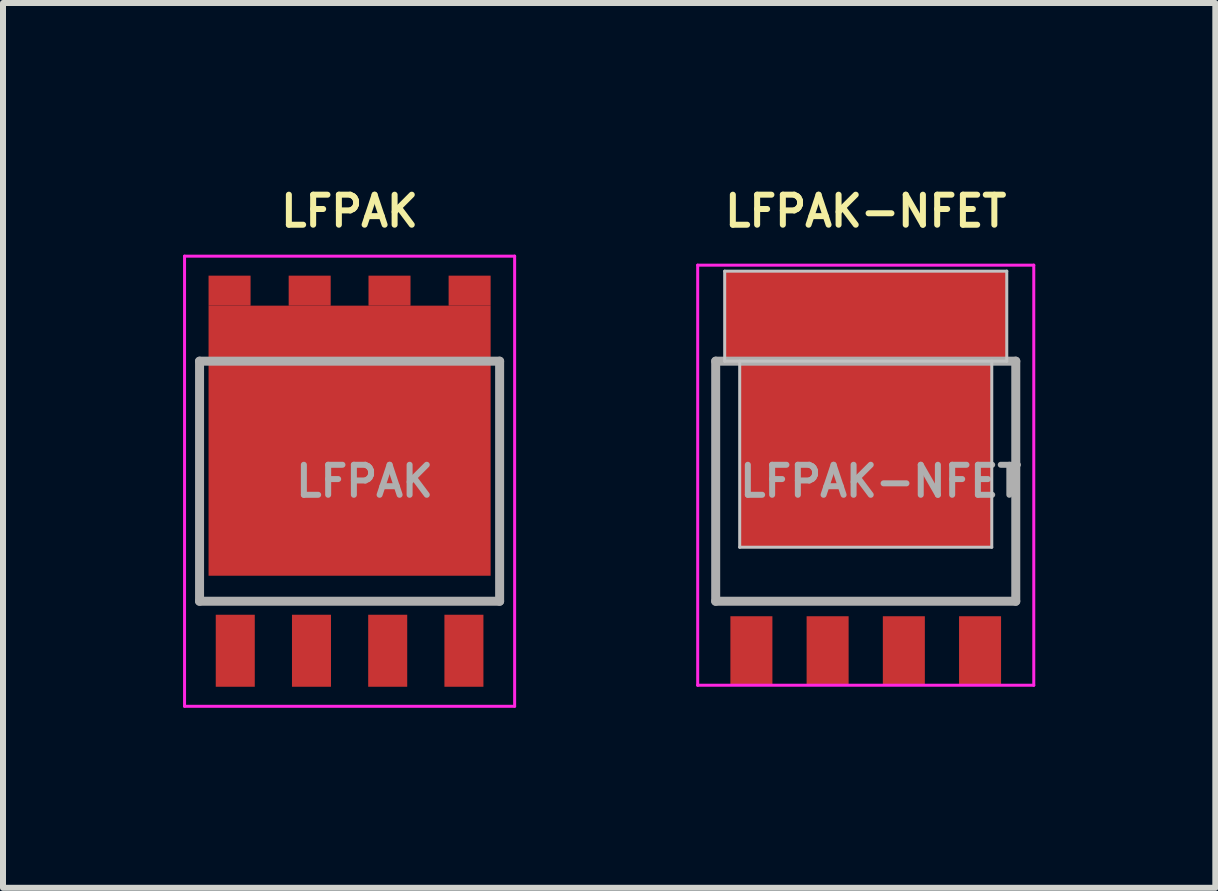
<source format=kicad_pcb>
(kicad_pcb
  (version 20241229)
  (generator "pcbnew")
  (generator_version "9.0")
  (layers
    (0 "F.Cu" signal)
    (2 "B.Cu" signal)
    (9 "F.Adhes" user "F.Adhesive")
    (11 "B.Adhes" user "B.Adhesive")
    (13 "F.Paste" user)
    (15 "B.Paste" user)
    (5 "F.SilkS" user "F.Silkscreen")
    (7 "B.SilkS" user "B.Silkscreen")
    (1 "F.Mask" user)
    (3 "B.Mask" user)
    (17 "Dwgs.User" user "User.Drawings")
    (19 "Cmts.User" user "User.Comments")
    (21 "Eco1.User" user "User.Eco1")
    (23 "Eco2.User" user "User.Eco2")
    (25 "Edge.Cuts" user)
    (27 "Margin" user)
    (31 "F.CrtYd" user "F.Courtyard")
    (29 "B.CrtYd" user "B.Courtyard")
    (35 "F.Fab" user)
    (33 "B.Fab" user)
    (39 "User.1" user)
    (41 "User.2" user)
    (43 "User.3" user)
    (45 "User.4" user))
  (footprint "LFPAK-NFET"
    (layer "F.Cu")
    (at 11.375 4.968)
    (property "Reference" "LFPAK-NFET" (at 0 -4.5 0) (layer "F.SilkS") (effects (font (size 0.5 0.5) (thickness 0.1))))
    (attr smd)
    (fp_line (start -2.35 -3.5) (end -2.35 -2) (stroke (width 0.05) (type solid)) (layer "Dwgs.User"))
    (fp_line (start -2.35 -2) (end 2.35 -2) (stroke (width 0.05) (type solid)) (layer "Dwgs.User"))
    (fp_line (start -2.1 -2) (end -2.1 1.1) (stroke (width 0.05) (type solid)) (layer "Dwgs.User"))
    (fp_line (start -2.1 1.1) (end 2.1 1.1) (stroke (width 0.05) (type solid)) (layer "Dwgs.User"))
    (fp_line (start 2.1 -2) (end 2.1 1.1) (stroke (width 0.05) (type solid)) (layer "Dwgs.User"))
    (fp_line (start 2.35 -3.5) (end -2.35 -3.5) (stroke (width 0.05) (type solid)) (layer "Dwgs.User"))
    (fp_line (start 2.35 -2) (end 2.35 -3.5) (stroke (width 0.05) (type solid)) (layer "Dwgs.User"))
    (fp_line (start -2.8 3.4) (end -2.8 -3.6) (stroke (width 0.05) (type solid)) (layer "F.CrtYd"))
    (fp_line (start 2.8 -3.6) (end -2.8 -3.6) (stroke (width 0.05) (type solid)) (layer "F.CrtYd"))
    (fp_line (start 2.8 -3.6) (end 2.8 3.4) (stroke (width 0.05) (type solid)) (layer "F.CrtYd"))
    (fp_line (start 2.8 3.4) (end -2.8 3.4) (stroke (width 0.05) (type solid)) (layer "F.CrtYd"))
    (fp_line (start -2.5 -2) (end -2.5 2) (stroke (width 0.15) (type solid)) (layer "F.Fab"))
    (fp_line (start -2.5 2) (end 2.5 2) (stroke (width 0.15) (type solid)) (layer "F.Fab"))
    (fp_line (start 2.5 -2) (end -2.5 -2) (stroke (width 0.15) (type solid)) (layer "F.Fab"))
    (fp_line (start 2.5 2) (end 2.5 -2) (stroke (width 0.15) (type solid)) (layer "F.Fab"))
    (fp_text user "${REFERENCE}" (at 0.25 0 0) (layer "F.Fab") (effects (font (size 0.5 0.5) (thickness 0.1))))
    (pad "D" smd rect (at -1.905 -2.95) (size 0.6 0.95) (layers "F.Cu" "F.Mask" "F.Paste"))
    (pad "D" smd rect (at -0.635 -2.9) (size 0.6 0.95) (layers "F.Cu" "F.Mask" "F.Paste"))
    (pad "D" smd rect (at 0 -2.75) (size 4.7 1.5) (layers "F.Cu" "F.Mask"))
    (pad "D" smd rect (at 0 -0.45) (size 4.2 3.1) (layers "F.Cu" "F.Mask" "F.Paste"))
    (pad "D" smd rect (at 0.635 -2.95) (size 0.6 0.95) (layers "F.Cu" "F.Mask" "F.Paste"))
    (pad "D" smd rect (at 1.905 -2.95) (size 0.6 0.95) (layers "F.Cu" "F.Mask" "F.Paste"))
    (pad "G" smd rect (at 1.905 2.825) (size 0.7 1.15) (layers "F.Cu" "F.Mask" "F.Paste"))
    (pad "S" smd rect (at -1.905 2.825) (size 0.7 1.15) (layers "F.Cu" "F.Mask" "F.Paste"))
    (pad "S" smd rect (at -0.635 2.825) (size 0.7 1.15) (layers "F.Cu" "F.Mask" "F.Paste"))
    (pad "S" smd rect (at 0.635 2.825) (size 0.7 1.15) (layers "F.Cu" "F.Mask" "F.Paste")))
  (footprint "LFPAK"
    (layer "F.Cu")
    (at 2.775 4.968)
    (property "Reference" "LFPAK" (at 0 -4.5 0) (layer "F.SilkS") (effects (font (size 0.5 0.5) (thickness 0.1))))
    (attr smd)
    (fp_line (start -2.75 3.75) (end -2.75 -3.75) (stroke (width 0.05) (type solid)) (layer "F.CrtYd"))
    (fp_line (start 2.75 -3.75) (end -2.75 -3.75) (stroke (width 0.05) (type solid)) (layer "F.CrtYd"))
    (fp_line (start 2.75 -3.75) (end 2.75 3.75) (stroke (width 0.05) (type solid)) (layer "F.CrtYd"))
    (fp_line (start 2.75 3.75) (end -2.75 3.75) (stroke (width 0.05) (type solid)) (layer "F.CrtYd"))
    (fp_line (start -2.5 -2) (end -2.5 2) (stroke (width 0.15) (type solid)) (layer "F.Fab"))
    (fp_line (start -2.5 2) (end 2.5 2) (stroke (width 0.15) (type solid)) (layer "F.Fab"))
    (fp_line (start 2.5 -2) (end -2.5 -2) (stroke (width 0.15) (type solid)) (layer "F.Fab"))
    (fp_line (start 2.5 2) (end 2.5 -2) (stroke (width 0.15) (type solid)) (layer "F.Fab"))
    (fp_text user "${REFERENCE}" (at 0.25 0 0) (layer "F.Fab") (effects (font (size 0.5 0.5) (thickness 0.1))))
    (pad "1" smd rect (at -1.905 2.825) (size 0.65 1.2) (layers "F.Cu" "F.Mask" "F.Paste"))
    (pad "1" smd rect (at -0.635 2.825) (size 0.65 1.2) (layers "F.Cu" "F.Mask" "F.Paste"))
    (pad "1" smd rect (at 0.635 2.825) (size 0.65 1.2) (layers "F.Cu" "F.Mask" "F.Paste"))
    (pad "4" smd rect (at 1.905 2.825) (size 0.65 1.2) (layers "F.Cu" "F.Mask" "F.Paste"))
    (pad "5" smd rect (at -2 -3.175) (size 0.7 0.5) (layers "F.Cu" "F.Mask" "F.Paste"))
    (pad "5" smd rect (at -0.665 -3.175) (size 0.7 0.5) (layers "F.Cu" "F.Mask" "F.Paste"))
    (pad "5" smd rect (at 0 -0.675) (size 4.7 4.5) (layers "F.Cu" "F.Mask" "F.Paste"))
    (pad "5" smd rect (at 0.665 -3.175) (size 0.7 0.5) (layers "F.Cu" "F.Mask" "F.Paste"))
    (pad "5" smd rect (at 2 -3.175) (size 0.7 0.5) (layers "F.Cu" "F.Mask" "F.Paste")))
  (gr_rect
    (start -3 -3)
    (end 17.2 11.743)
    (stroke (width 0.1) (type default))
    (fill no)
    (layer "Edge.Cuts")))
</source>
